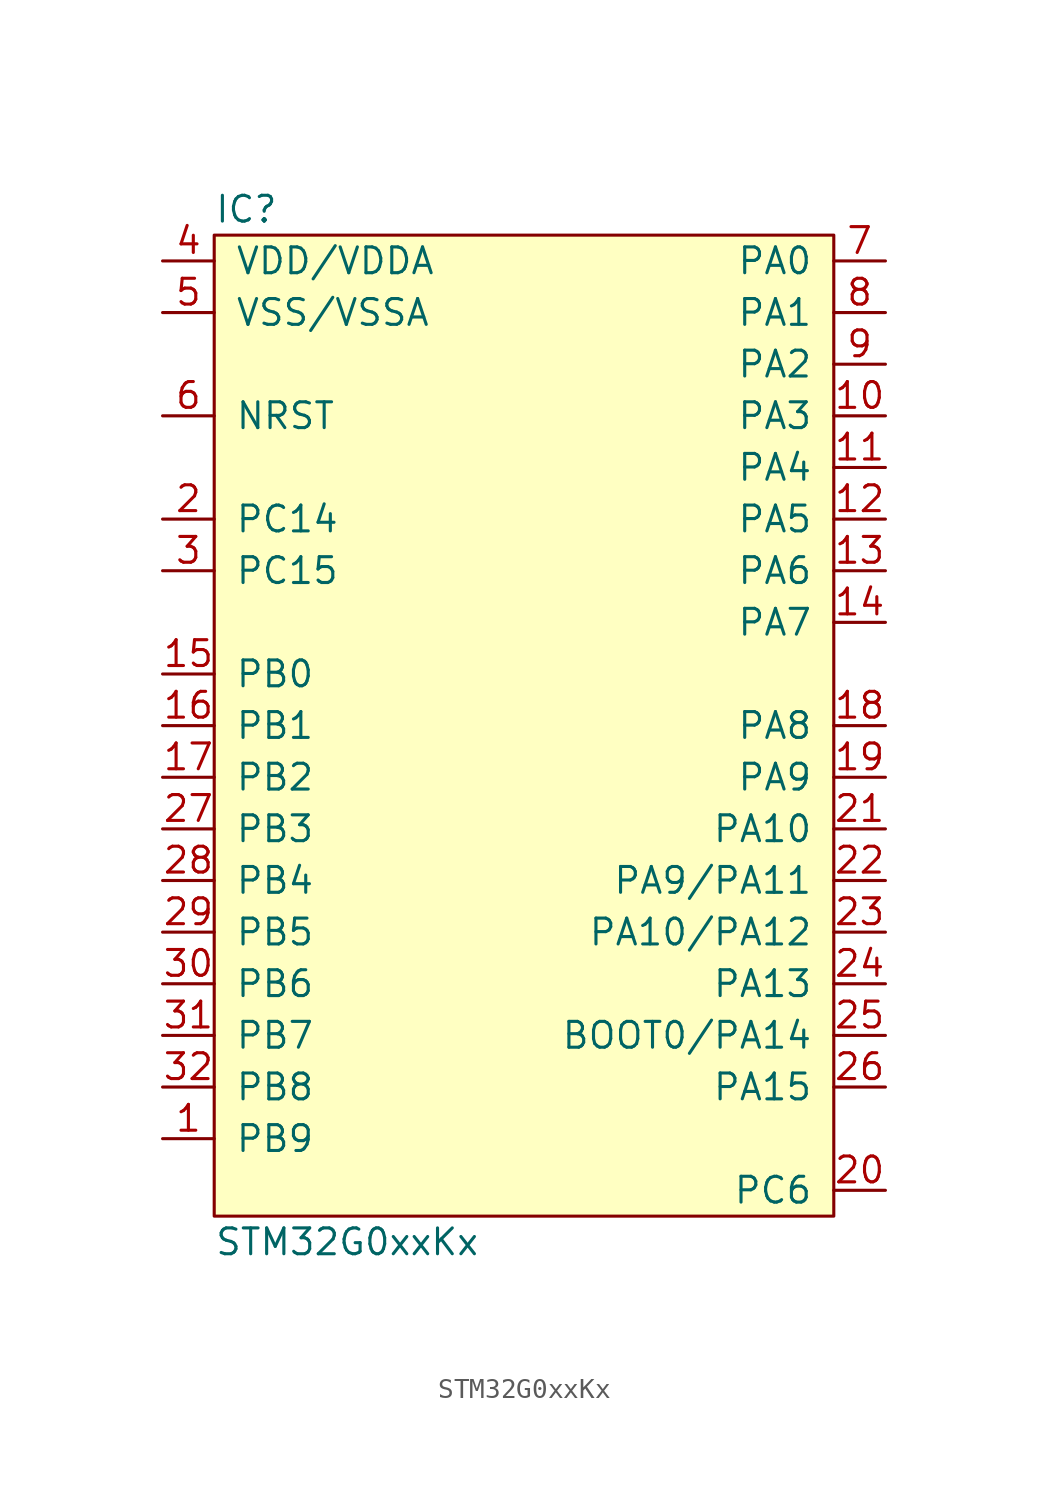
<source format=kicad_sym>
(kicad_symbol_lib
  (version 20211014)
  (generator agg_kicad.build_lib_ic)
  (symbol "STM32G0xxKx"
    (pin_names
      (offset 1.016))
    (property Reference IC
      (at -15.24 25.4 0)
      (effects (font (size 1.27 1.27)) (justify left)))
    (property Value "STM32G0xxKx"
      (at -15.24 -25.4 0)
      (effects (font (size 1.27 1.27)) (justify left)))
    (symbol "STM32G0xxKx_0_0"
      (rectangle (start -15.24 24.13) (end 15.24 -24.13) (stroke (width 0) (type default) (color 0 0 0 0)) (fill (type background)))
      (pin power_in line (at -17.78 22.86 0) (length 2.54) (name "VDD/VDDA" (effects (font (size 1.27 1.27)))) (number "4" (effects (font (size 1.27 1.27)))))
      (pin power_in line (at -17.78 20.32 0) (length 2.54) (name "VSS/VSSA" (effects (font (size 1.27 1.27)))) (number "5" (effects (font (size 1.27 1.27)))))
      (pin input line (at -17.78 15.24 0) (length 2.54) (name NRST (effects (font (size 1.27 1.27)))) (number "6" (effects (font (size 1.27 1.27)))))
      (pin bidirectional line (at -17.78 10.16 0) (length 2.54) (name "PC14" (effects (font (size 1.27 1.27)))) (number "2" (effects (font (size 1.27 1.27)))))
      (pin bidirectional line (at -17.78 7.62 0) (length 2.54) (name "PC15" (effects (font (size 1.27 1.27)))) (number "3" (effects (font (size 1.27 1.27)))))
      (pin bidirectional line (at -17.78 2.54 0) (length 2.54) (name "PB0" (effects (font (size 1.27 1.27)))) (number "15" (effects (font (size 1.27 1.27)))))
      (pin bidirectional line (at -17.78 0 0) (length 2.54) (name "PB1" (effects (font (size 1.27 1.27)))) (number "16" (effects (font (size 1.27 1.27)))))
      (pin bidirectional line (at -17.78 -2.54 0) (length 2.54) (name "PB2" (effects (font (size 1.27 1.27)))) (number "17" (effects (font (size 1.27 1.27)))))
      (pin bidirectional line (at -17.78 -5.08 0) (length 2.54) (name "PB3" (effects (font (size 1.27 1.27)))) (number "27" (effects (font (size 1.27 1.27)))))
      (pin bidirectional line (at -17.78 -7.62 0) (length 2.54) (name "PB4" (effects (font (size 1.27 1.27)))) (number "28" (effects (font (size 1.27 1.27)))))
      (pin bidirectional line (at -17.78 -10.16 0) (length 2.54) (name "PB5" (effects (font (size 1.27 1.27)))) (number "29" (effects (font (size 1.27 1.27)))))
      (pin bidirectional line (at -17.78 -12.7 0) (length 2.54) (name "PB6" (effects (font (size 1.27 1.27)))) (number "30" (effects (font (size 1.27 1.27)))))
      (pin bidirectional line (at -17.78 -15.24 0) (length 2.54) (name "PB7" (effects (font (size 1.27 1.27)))) (number "31" (effects (font (size 1.27 1.27)))))
      (pin bidirectional line (at -17.78 -17.78 0) (length 2.54) (name "PB8" (effects (font (size 1.27 1.27)))) (number "32" (effects (font (size 1.27 1.27)))))
      (pin bidirectional line (at -17.78 -20.32 0) (length 2.54) (name "PB9" (effects (font (size 1.27 1.27)))) (number "1" (effects (font (size 1.27 1.27)))))
      (pin bidirectional line (at 17.78 22.86 180) (length 2.54) (name "PA0" (effects (font (size 1.27 1.27)))) (number "7" (effects (font (size 1.27 1.27)))))
      (pin bidirectional line (at 17.78 20.32 180) (length 2.54) (name "PA1" (effects (font (size 1.27 1.27)))) (number "8" (effects (font (size 1.27 1.27)))))
      (pin bidirectional line (at 17.78 17.78 180) (length 2.54) (name "PA2" (effects (font (size 1.27 1.27)))) (number "9" (effects (font (size 1.27 1.27)))))
      (pin bidirectional line (at 17.78 15.24 180) (length 2.54) (name "PA3" (effects (font (size 1.27 1.27)))) (number "10" (effects (font (size 1.27 1.27)))))
      (pin bidirectional line (at 17.78 12.7 180) (length 2.54) (name "PA4" (effects (font (size 1.27 1.27)))) (number "11" (effects (font (size 1.27 1.27)))))
      (pin bidirectional line (at 17.78 10.16 180) (length 2.54) (name "PA5" (effects (font (size 1.27 1.27)))) (number "12" (effects (font (size 1.27 1.27)))))
      (pin bidirectional line (at 17.78 7.62 180) (length 2.54) (name "PA6" (effects (font (size 1.27 1.27)))) (number "13" (effects (font (size 1.27 1.27)))))
      (pin bidirectional line (at 17.78 5.08 180) (length 2.54) (name "PA7" (effects (font (size 1.27 1.27)))) (number "14" (effects (font (size 1.27 1.27)))))
      (pin bidirectional line (at 17.78 0 180) (length 2.54) (name "PA8" (effects (font (size 1.27 1.27)))) (number "18" (effects (font (size 1.27 1.27)))))
      (pin bidirectional line (at 17.78 -2.54 180) (length 2.54) (name "PA9" (effects (font (size 1.27 1.27)))) (number "19" (effects (font (size 1.27 1.27)))))
      (pin bidirectional line (at 17.78 -5.08 180) (length 2.54) (name "PA10" (effects (font (size 1.27 1.27)))) (number "21" (effects (font (size 1.27 1.27)))))
      (pin bidirectional line (at 17.78 -7.62 180) (length 2.54) (name "PA9/PA11" (effects (font (size 1.27 1.27)))) (number "22" (effects (font (size 1.27 1.27)))))
      (pin bidirectional line (at 17.78 -10.16 180) (length 2.54) (name "PA10/PA12" (effects (font (size 1.27 1.27)))) (number "23" (effects (font (size 1.27 1.27)))))
      (pin bidirectional line (at 17.78 -12.7 180) (length 2.54) (name "PA13" (effects (font (size 1.27 1.27)))) (number "24" (effects (font (size 1.27 1.27)))))
      (pin bidirectional line (at 17.78 -15.24 180) (length 2.54) (name "BOOT0/PA14" (effects (font (size 1.27 1.27)))) (number "25" (effects (font (size 1.27 1.27)))))
      (pin bidirectional line (at 17.78 -17.78 180) (length 2.54) (name "PA15" (effects (font (size 1.27 1.27)))) (number "26" (effects (font (size 1.27 1.27)))))
      (pin bidirectional line (at 17.78 -22.86 180) (length 2.54) (name "PC6" (effects (font (size 1.27 1.27)))) (number "20" (effects (font (size 1.27 1.27))))))))
</source>
